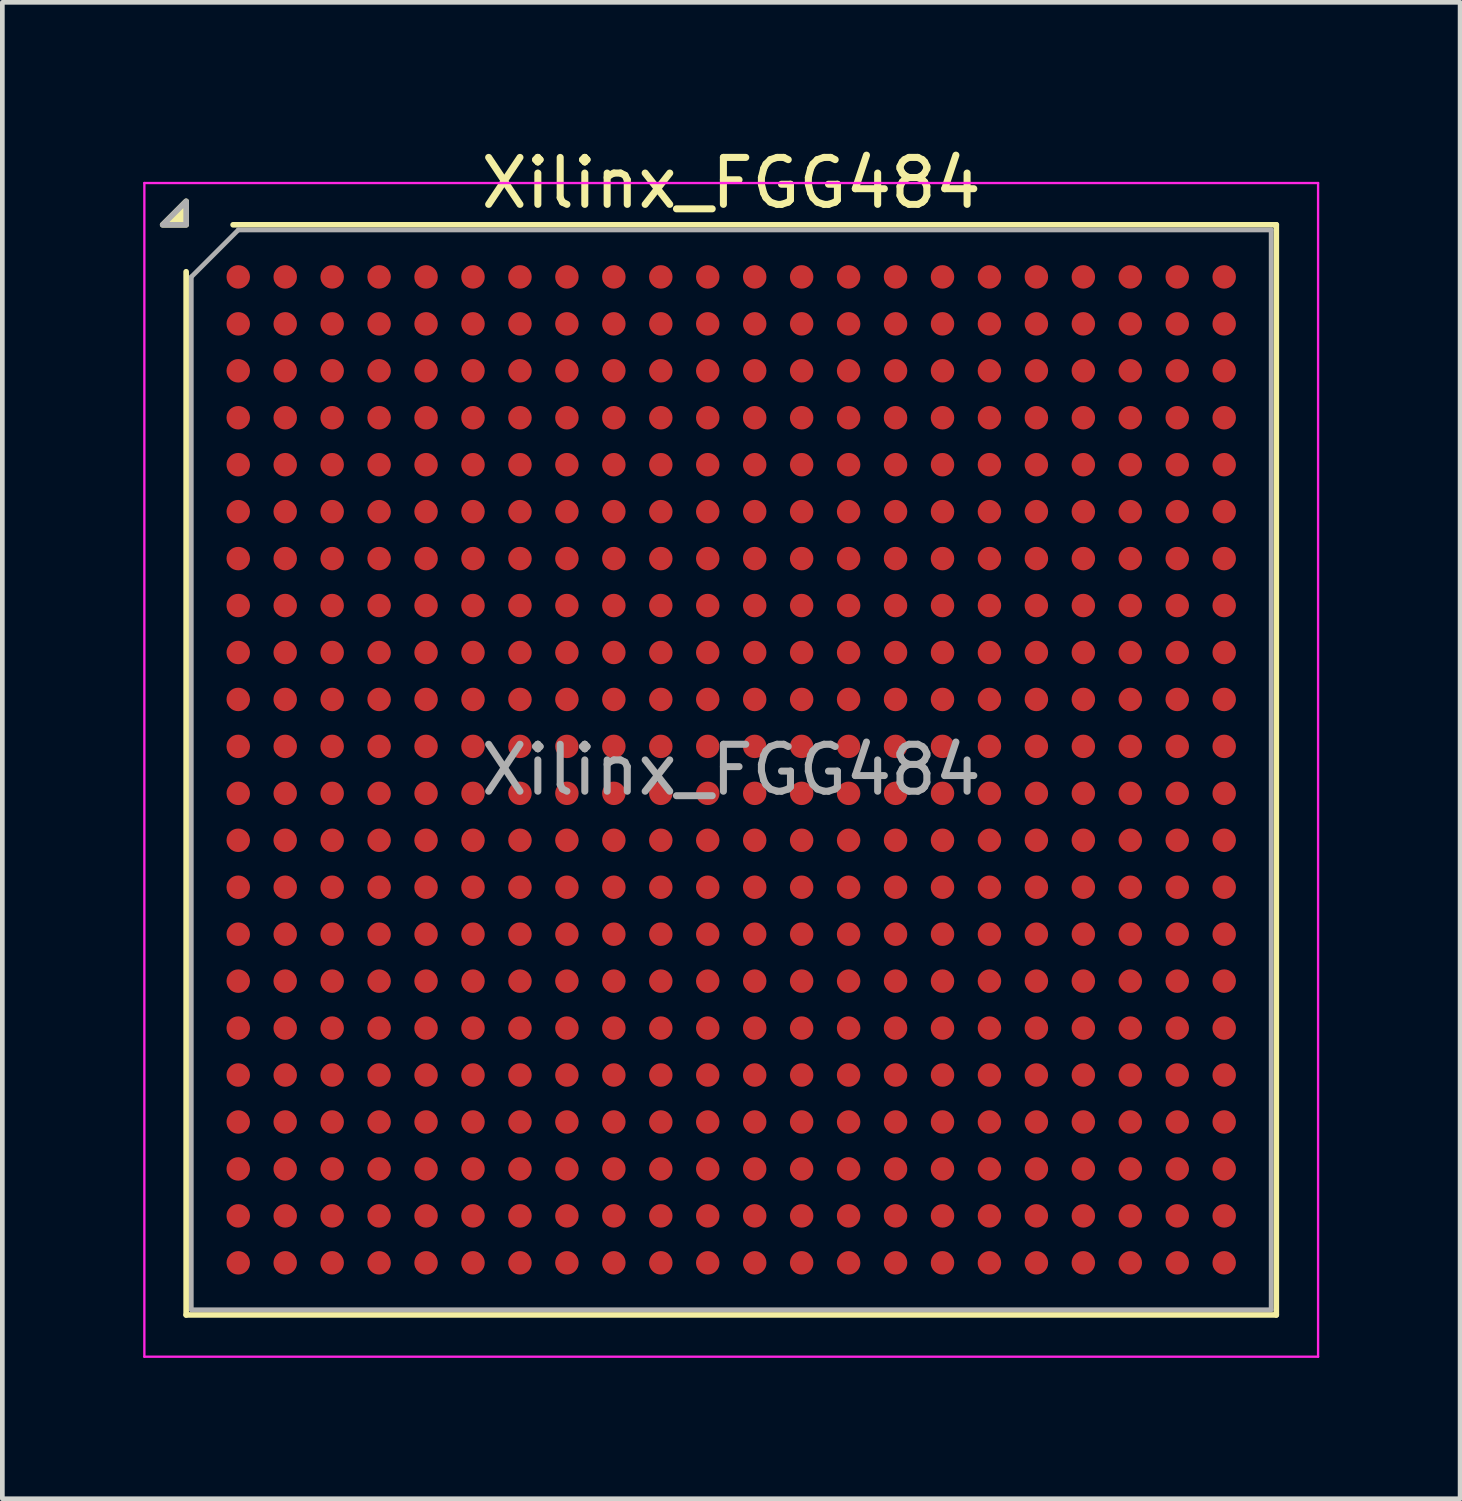
<source format=kicad_pcb>
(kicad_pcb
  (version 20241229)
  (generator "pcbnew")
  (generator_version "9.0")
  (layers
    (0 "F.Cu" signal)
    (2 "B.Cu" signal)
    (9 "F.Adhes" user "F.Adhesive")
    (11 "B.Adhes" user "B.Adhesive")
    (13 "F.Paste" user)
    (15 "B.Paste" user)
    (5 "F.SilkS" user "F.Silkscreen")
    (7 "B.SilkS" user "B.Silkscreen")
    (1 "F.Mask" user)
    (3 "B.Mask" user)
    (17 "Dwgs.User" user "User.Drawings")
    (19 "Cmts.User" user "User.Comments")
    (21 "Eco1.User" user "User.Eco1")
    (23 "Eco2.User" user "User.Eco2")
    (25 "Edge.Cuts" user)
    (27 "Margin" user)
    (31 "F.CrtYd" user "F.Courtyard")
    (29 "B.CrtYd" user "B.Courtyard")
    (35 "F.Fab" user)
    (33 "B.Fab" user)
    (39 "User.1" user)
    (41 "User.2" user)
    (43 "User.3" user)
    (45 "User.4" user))
  (footprint "Xilinx_FGG484"
    (layer "F.Cu")
    (at 12.525 13.348)
    (property "Reference" "Xilinx_FGG484" (at 0 -12.5 0) (layer "F.SilkS") (effects (font (size 1 1) (thickness 0.15))))
    (attr smd)
    (fp_line (start -11.61 11.61) (end -11.61 -10.61) (stroke (width 0.12) (type solid)) (layer "F.SilkS"))
    (fp_line (start -10.61 -11.61) (end 11.61 -11.61) (stroke (width 0.12) (type solid)) (layer "F.SilkS"))
    (fp_line (start 11.61 -11.61) (end 11.61 11.61) (stroke (width 0.12) (type solid)) (layer "F.SilkS"))
    (fp_line (start 11.61 11.61) (end -11.61 11.61) (stroke (width 0.12) (type solid)) (layer "F.SilkS"))
    (fp_poly (pts (xy -11.61 -11.61) (xy -12.11 -11.61) (xy -11.61 -12.11) (xy -11.61 -11.61)) (stroke (width 0.12) (type solid)) (fill yes) (layer "F.SilkS"))
    (fp_line (start -12.5 -12.5) (end -12.5 12.5) (stroke (width 0.05) (type solid)) (layer "F.CrtYd"))
    (fp_line (start -12.5 12.5) (end 12.5 12.5) (stroke (width 0.05) (type solid)) (layer "F.CrtYd"))
    (fp_line (start 12.5 -12.5) (end -12.5 -12.5) (stroke (width 0.05) (type solid)) (layer "F.CrtYd"))
    (fp_line (start 12.5 12.5) (end 12.5 -12.5) (stroke (width 0.05) (type solid)) (layer "F.CrtYd"))
    (fp_line (start -11.5 -10.5) (end -10.5 -11.5) (stroke (width 0.1) (type solid)) (layer "F.Fab"))
    (fp_line (start -11.5 11.5) (end -11.5 -10.5) (stroke (width 0.1) (type solid)) (layer "F.Fab"))
    (fp_line (start -10.5 -11.5) (end 11.5 -11.5) (stroke (width 0.1) (type solid)) (layer "F.Fab"))
    (fp_line (start 11.5 -11.5) (end 11.5 11.5) (stroke (width 0.1) (type solid)) (layer "F.Fab"))
    (fp_line (start 11.5 11.5) (end -11.5 11.5) (stroke (width 0.1) (type solid)) (layer "F.Fab"))
    (fp_poly (pts (xy -11.61 -11.61) (xy -12.11 -11.61) (xy -11.61 -12.11) (xy -11.61 -11.61)) (stroke (width 0.12) (type solid)) (fill no) (layer "F.Fab"))
    (fp_text user "${REFERENCE}" (at 0 0 0) (layer "F.Fab") (effects (font (size 1 1) (thickness 0.15))))
    (pad "A1" smd circle (at -10.5 -10.5) (size 0.5 0.5) (property pad_prop_bga) (layers "F.Cu" "F.Mask" "F.Paste"))
    (pad "A2" smd circle (at -9.5 -10.5) (size 0.5 0.5) (property pad_prop_bga) (layers "F.Cu" "F.Mask" "F.Paste"))
    (pad "A3" smd circle (at -8.5 -10.5) (size 0.5 0.5) (property pad_prop_bga) (layers "F.Cu" "F.Mask" "F.Paste"))
    (pad "A4" smd circle (at -7.5 -10.5) (size 0.5 0.5) (property pad_prop_bga) (layers "F.Cu" "F.Mask" "F.Paste"))
    (pad "A5" smd circle (at -6.5 -10.5) (size 0.5 0.5) (property pad_prop_bga) (layers "F.Cu" "F.Mask" "F.Paste"))
    (pad "A6" smd circle (at -5.5 -10.5) (size 0.5 0.5) (property pad_prop_bga) (layers "F.Cu" "F.Mask" "F.Paste"))
    (pad "A7" smd circle (at -4.5 -10.5) (size 0.5 0.5) (property pad_prop_bga) (layers "F.Cu" "F.Mask" "F.Paste"))
    (pad "A8" smd circle (at -3.5 -10.5) (size 0.5 0.5) (property pad_prop_bga) (layers "F.Cu" "F.Mask" "F.Paste"))
    (pad "A9" smd circle (at -2.5 -10.5) (size 0.5 0.5) (property pad_prop_bga) (layers "F.Cu" "F.Mask" "F.Paste"))
    (pad "A10" smd circle (at -1.5 -10.5) (size 0.5 0.5) (property pad_prop_bga) (layers "F.Cu" "F.Mask" "F.Paste"))
    (pad "A11" smd circle (at -0.5 -10.5) (size 0.5 0.5) (property pad_prop_bga) (layers "F.Cu" "F.Mask" "F.Paste"))
    (pad "A12" smd circle (at 0.5 -10.5) (size 0.5 0.5) (property pad_prop_bga) (layers "F.Cu" "F.Mask" "F.Paste"))
    (pad "A13" smd circle (at 1.5 -10.5) (size 0.5 0.5) (property pad_prop_bga) (layers "F.Cu" "F.Mask" "F.Paste"))
    (pad "A14" smd circle (at 2.5 -10.5) (size 0.5 0.5) (property pad_prop_bga) (layers "F.Cu" "F.Mask" "F.Paste"))
    (pad "A15" smd circle (at 3.5 -10.5) (size 0.5 0.5) (property pad_prop_bga) (layers "F.Cu" "F.Mask" "F.Paste"))
    (pad "A16" smd circle (at 4.5 -10.5) (size 0.5 0.5) (property pad_prop_bga) (layers "F.Cu" "F.Mask" "F.Paste"))
    (pad "A17" smd circle (at 5.5 -10.5) (size 0.5 0.5) (property pad_prop_bga) (layers "F.Cu" "F.Mask" "F.Paste"))
    (pad "A18" smd circle (at 6.5 -10.5) (size 0.5 0.5) (property pad_prop_bga) (layers "F.Cu" "F.Mask" "F.Paste"))
    (pad "A19" smd circle (at 7.5 -10.5) (size 0.5 0.5) (property pad_prop_bga) (layers "F.Cu" "F.Mask" "F.Paste"))
    (pad "A20" smd circle (at 8.5 -10.5) (size 0.5 0.5) (property pad_prop_bga) (layers "F.Cu" "F.Mask" "F.Paste"))
    (pad "A21" smd circle (at 9.5 -10.5) (size 0.5 0.5) (property pad_prop_bga) (layers "F.Cu" "F.Mask" "F.Paste"))
    (pad "A22" smd circle (at 10.5 -10.5) (size 0.5 0.5) (property pad_prop_bga) (layers "F.Cu" "F.Mask" "F.Paste"))
    (pad "AA1" smd circle (at -10.5 9.5) (size 0.5 0.5) (property pad_prop_bga) (layers "F.Cu" "F.Mask" "F.Paste"))
    (pad "AA2" smd circle (at -9.5 9.5) (size 0.5 0.5) (property pad_prop_bga) (layers "F.Cu" "F.Mask" "F.Paste"))
    (pad "AA3" smd circle (at -8.5 9.5) (size 0.5 0.5) (property pad_prop_bga) (layers "F.Cu" "F.Mask" "F.Paste"))
    (pad "AA4" smd circle (at -7.5 9.5) (size 0.5 0.5) (property pad_prop_bga) (layers "F.Cu" "F.Mask" "F.Paste"))
    (pad "AA5" smd circle (at -6.5 9.5) (size 0.5 0.5) (property pad_prop_bga) (layers "F.Cu" "F.Mask" "F.Paste"))
    (pad "AA6" smd circle (at -5.5 9.5) (size 0.5 0.5) (property pad_prop_bga) (layers "F.Cu" "F.Mask" "F.Paste"))
    (pad "AA7" smd circle (at -4.5 9.5) (size 0.5 0.5) (property pad_prop_bga) (layers "F.Cu" "F.Mask" "F.Paste"))
    (pad "AA8" smd circle (at -3.5 9.5) (size 0.5 0.5) (property pad_prop_bga) (layers "F.Cu" "F.Mask" "F.Paste"))
    (pad "AA9" smd circle (at -2.5 9.5) (size 0.5 0.5) (property pad_prop_bga) (layers "F.Cu" "F.Mask" "F.Paste"))
    (pad "AA10" smd circle (at -1.5 9.5) (size 0.5 0.5) (property pad_prop_bga) (layers "F.Cu" "F.Mask" "F.Paste"))
    (pad "AA11" smd circle (at -0.5 9.5) (size 0.5 0.5) (property pad_prop_bga) (layers "F.Cu" "F.Mask" "F.Paste"))
    (pad "AA12" smd circle (at 0.5 9.5) (size 0.5 0.5) (property pad_prop_bga) (layers "F.Cu" "F.Mask" "F.Paste"))
    (pad "AA13" smd circle (at 1.5 9.5) (size 0.5 0.5) (property pad_prop_bga) (layers "F.Cu" "F.Mask" "F.Paste"))
    (pad "AA14" smd circle (at 2.5 9.5) (size 0.5 0.5) (property pad_prop_bga) (layers "F.Cu" "F.Mask" "F.Paste"))
    (pad "AA15" smd circle (at 3.5 9.5) (size 0.5 0.5) (property pad_prop_bga) (layers "F.Cu" "F.Mask" "F.Paste"))
    (pad "AA16" smd circle (at 4.5 9.5) (size 0.5 0.5) (property pad_prop_bga) (layers "F.Cu" "F.Mask" "F.Paste"))
    (pad "AA17" smd circle (at 5.5 9.5) (size 0.5 0.5) (property pad_prop_bga) (layers "F.Cu" "F.Mask" "F.Paste"))
    (pad "AA18" smd circle (at 6.5 9.5) (size 0.5 0.5) (property pad_prop_bga) (layers "F.Cu" "F.Mask" "F.Paste"))
    (pad "AA19" smd circle (at 7.5 9.5) (size 0.5 0.5) (property pad_prop_bga) (layers "F.Cu" "F.Mask" "F.Paste"))
    (pad "AA20" smd circle (at 8.5 9.5) (size 0.5 0.5) (property pad_prop_bga) (layers "F.Cu" "F.Mask" "F.Paste"))
    (pad "AA21" smd circle (at 9.5 9.5) (size 0.5 0.5) (property pad_prop_bga) (layers "F.Cu" "F.Mask" "F.Paste"))
    (pad "AA22" smd circle (at 10.5 9.5) (size 0.5 0.5) (property pad_prop_bga) (layers "F.Cu" "F.Mask" "F.Paste"))
    (pad "AB1" smd circle (at -10.5 10.5) (size 0.5 0.5) (property pad_prop_bga) (layers "F.Cu" "F.Mask" "F.Paste"))
    (pad "AB2" smd circle (at -9.5 10.5) (size 0.5 0.5) (property pad_prop_bga) (layers "F.Cu" "F.Mask" "F.Paste"))
    (pad "AB3" smd circle (at -8.5 10.5) (size 0.5 0.5) (property pad_prop_bga) (layers "F.Cu" "F.Mask" "F.Paste"))
    (pad "AB4" smd circle (at -7.5 10.5) (size 0.5 0.5) (property pad_prop_bga) (layers "F.Cu" "F.Mask" "F.Paste"))
    (pad "AB5" smd circle (at -6.5 10.5) (size 0.5 0.5) (property pad_prop_bga) (layers "F.Cu" "F.Mask" "F.Paste"))
    (pad "AB6" smd circle (at -5.5 10.5) (size 0.5 0.5) (property pad_prop_bga) (layers "F.Cu" "F.Mask" "F.Paste"))
    (pad "AB7" smd circle (at -4.5 10.5) (size 0.5 0.5) (property pad_prop_bga) (layers "F.Cu" "F.Mask" "F.Paste"))
    (pad "AB8" smd circle (at -3.5 10.5) (size 0.5 0.5) (property pad_prop_bga) (layers "F.Cu" "F.Mask" "F.Paste"))
    (pad "AB9" smd circle (at -2.5 10.5) (size 0.5 0.5) (property pad_prop_bga) (layers "F.Cu" "F.Mask" "F.Paste"))
    (pad "AB10" smd circle (at -1.5 10.5) (size 0.5 0.5) (property pad_prop_bga) (layers "F.Cu" "F.Mask" "F.Paste"))
    (pad "AB11" smd circle (at -0.5 10.5) (size 0.5 0.5) (property pad_prop_bga) (layers "F.Cu" "F.Mask" "F.Paste"))
    (pad "AB12" smd circle (at 0.5 10.5) (size 0.5 0.5) (property pad_prop_bga) (layers "F.Cu" "F.Mask" "F.Paste"))
    (pad "AB13" smd circle (at 1.5 10.5) (size 0.5 0.5) (property pad_prop_bga) (layers "F.Cu" "F.Mask" "F.Paste"))
    (pad "AB14" smd circle (at 2.5 10.5) (size 0.5 0.5) (property pad_prop_bga) (layers "F.Cu" "F.Mask" "F.Paste"))
    (pad "AB15" smd circle (at 3.5 10.5) (size 0.5 0.5) (property pad_prop_bga) (layers "F.Cu" "F.Mask" "F.Paste"))
    (pad "AB16" smd circle (at 4.5 10.5) (size 0.5 0.5) (property pad_prop_bga) (layers "F.Cu" "F.Mask" "F.Paste"))
    (pad "AB17" smd circle (at 5.5 10.5) (size 0.5 0.5) (property pad_prop_bga) (layers "F.Cu" "F.Mask" "F.Paste"))
    (pad "AB18" smd circle (at 6.5 10.5) (size 0.5 0.5) (property pad_prop_bga) (layers "F.Cu" "F.Mask" "F.Paste"))
    (pad "AB19" smd circle (at 7.5 10.5) (size 0.5 0.5) (property pad_prop_bga) (layers "F.Cu" "F.Mask" "F.Paste"))
    (pad "AB20" smd circle (at 8.5 10.5) (size 0.5 0.5) (property pad_prop_bga) (layers "F.Cu" "F.Mask" "F.Paste"))
    (pad "AB21" smd circle (at 9.5 10.5) (size 0.5 0.5) (property pad_prop_bga) (layers "F.Cu" "F.Mask" "F.Paste"))
    (pad "AB22" smd circle (at 10.5 10.5) (size 0.5 0.5) (property pad_prop_bga) (layers "F.Cu" "F.Mask" "F.Paste"))
    (pad "B1" smd circle (at -10.5 -9.5) (size 0.5 0.5) (property pad_prop_bga) (layers "F.Cu" "F.Mask" "F.Paste"))
    (pad "B2" smd circle (at -9.5 -9.5) (size 0.5 0.5) (property pad_prop_bga) (layers "F.Cu" "F.Mask" "F.Paste"))
    (pad "B3" smd circle (at -8.5 -9.5) (size 0.5 0.5) (property pad_prop_bga) (layers "F.Cu" "F.Mask" "F.Paste"))
    (pad "B4" smd circle (at -7.5 -9.5) (size 0.5 0.5) (property pad_prop_bga) (layers "F.Cu" "F.Mask" "F.Paste"))
    (pad "B5" smd circle (at -6.5 -9.5) (size 0.5 0.5) (property pad_prop_bga) (layers "F.Cu" "F.Mask" "F.Paste"))
    (pad "B6" smd circle (at -5.5 -9.5) (size 0.5 0.5) (property pad_prop_bga) (layers "F.Cu" "F.Mask" "F.Paste"))
    (pad "B7" smd circle (at -4.5 -9.5) (size 0.5 0.5) (property pad_prop_bga) (layers "F.Cu" "F.Mask" "F.Paste"))
    (pad "B8" smd circle (at -3.5 -9.5) (size 0.5 0.5) (property pad_prop_bga) (layers "F.Cu" "F.Mask" "F.Paste"))
    (pad "B9" smd circle (at -2.5 -9.5) (size 0.5 0.5) (property pad_prop_bga) (layers "F.Cu" "F.Mask" "F.Paste"))
    (pad "B10" smd circle (at -1.5 -9.5) (size 0.5 0.5) (property pad_prop_bga) (layers "F.Cu" "F.Mask" "F.Paste"))
    (pad "B11" smd circle (at -0.5 -9.5) (size 0.5 0.5) (property pad_prop_bga) (layers "F.Cu" "F.Mask" "F.Paste"))
    (pad "B12" smd circle (at 0.5 -9.5) (size 0.5 0.5) (property pad_prop_bga) (layers "F.Cu" "F.Mask" "F.Paste"))
    (pad "B13" smd circle (at 1.5 -9.5) (size 0.5 0.5) (property pad_prop_bga) (layers "F.Cu" "F.Mask" "F.Paste"))
    (pad "B14" smd circle (at 2.5 -9.5) (size 0.5 0.5) (property pad_prop_bga) (layers "F.Cu" "F.Mask" "F.Paste"))
    (pad "B15" smd circle (at 3.5 -9.5) (size 0.5 0.5) (property pad_prop_bga) (layers "F.Cu" "F.Mask" "F.Paste"))
    (pad "B16" smd circle (at 4.5 -9.5) (size 0.5 0.5) (property pad_prop_bga) (layers "F.Cu" "F.Mask" "F.Paste"))
    (pad "B17" smd circle (at 5.5 -9.5) (size 0.5 0.5) (property pad_prop_bga) (layers "F.Cu" "F.Mask" "F.Paste"))
    (pad "B18" smd circle (at 6.5 -9.5) (size 0.5 0.5) (property pad_prop_bga) (layers "F.Cu" "F.Mask" "F.Paste"))
    (pad "B19" smd circle (at 7.5 -9.5) (size 0.5 0.5) (property pad_prop_bga) (layers "F.Cu" "F.Mask" "F.Paste"))
    (pad "B20" smd circle (at 8.5 -9.5) (size 0.5 0.5) (property pad_prop_bga) (layers "F.Cu" "F.Mask" "F.Paste"))
    (pad "B21" smd circle (at 9.5 -9.5) (size 0.5 0.5) (property pad_prop_bga) (layers "F.Cu" "F.Mask" "F.Paste"))
    (pad "B22" smd circle (at 10.5 -9.5) (size 0.5 0.5) (property pad_prop_bga) (layers "F.Cu" "F.Mask" "F.Paste"))
    (pad "C1" smd circle (at -10.5 -8.5) (size 0.5 0.5) (property pad_prop_bga) (layers "F.Cu" "F.Mask" "F.Paste"))
    (pad "C2" smd circle (at -9.5 -8.5) (size 0.5 0.5) (property pad_prop_bga) (layers "F.Cu" "F.Mask" "F.Paste"))
    (pad "C3" smd circle (at -8.5 -8.5) (size 0.5 0.5) (property pad_prop_bga) (layers "F.Cu" "F.Mask" "F.Paste"))
    (pad "C4" smd circle (at -7.5 -8.5) (size 0.5 0.5) (property pad_prop_bga) (layers "F.Cu" "F.Mask" "F.Paste"))
    (pad "C5" smd circle (at -6.5 -8.5) (size 0.5 0.5) (property pad_prop_bga) (layers "F.Cu" "F.Mask" "F.Paste"))
    (pad "C6" smd circle (at -5.5 -8.5) (size 0.5 0.5) (property pad_prop_bga) (layers "F.Cu" "F.Mask" "F.Paste"))
    (pad "C7" smd circle (at -4.5 -8.5) (size 0.5 0.5) (property pad_prop_bga) (layers "F.Cu" "F.Mask" "F.Paste"))
    (pad "C8" smd circle (at -3.5 -8.5) (size 0.5 0.5) (property pad_prop_bga) (layers "F.Cu" "F.Mask" "F.Paste"))
    (pad "C9" smd circle (at -2.5 -8.5) (size 0.5 0.5) (property pad_prop_bga) (layers "F.Cu" "F.Mask" "F.Paste"))
    (pad "C10" smd circle (at -1.5 -8.5) (size 0.5 0.5) (property pad_prop_bga) (layers "F.Cu" "F.Mask" "F.Paste"))
    (pad "C11" smd circle (at -0.5 -8.5) (size 0.5 0.5) (property pad_prop_bga) (layers "F.Cu" "F.Mask" "F.Paste"))
    (pad "C12" smd circle (at 0.5 -8.5) (size 0.5 0.5) (property pad_prop_bga) (layers "F.Cu" "F.Mask" "F.Paste"))
    (pad "C13" smd circle (at 1.5 -8.5) (size 0.5 0.5) (property pad_prop_bga) (layers "F.Cu" "F.Mask" "F.Paste"))
    (pad "C14" smd circle (at 2.5 -8.5) (size 0.5 0.5) (property pad_prop_bga) (layers "F.Cu" "F.Mask" "F.Paste"))
    (pad "C15" smd circle (at 3.5 -8.5) (size 0.5 0.5) (property pad_prop_bga) (layers "F.Cu" "F.Mask" "F.Paste"))
    (pad "C16" smd circle (at 4.5 -8.5) (size 0.5 0.5) (property pad_prop_bga) (layers "F.Cu" "F.Mask" "F.Paste"))
    (pad "C17" smd circle (at 5.5 -8.5) (size 0.5 0.5) (property pad_prop_bga) (layers "F.Cu" "F.Mask" "F.Paste"))
    (pad "C18" smd circle (at 6.5 -8.5) (size 0.5 0.5) (property pad_prop_bga) (layers "F.Cu" "F.Mask" "F.Paste"))
    (pad "C19" smd circle (at 7.5 -8.5) (size 0.5 0.5) (property pad_prop_bga) (layers "F.Cu" "F.Mask" "F.Paste"))
    (pad "C20" smd circle (at 8.5 -8.5) (size 0.5 0.5) (property pad_prop_bga) (layers "F.Cu" "F.Mask" "F.Paste"))
    (pad "C21" smd circle (at 9.5 -8.5) (size 0.5 0.5) (property pad_prop_bga) (layers "F.Cu" "F.Mask" "F.Paste"))
    (pad "C22" smd circle (at 10.5 -8.5) (size 0.5 0.5) (property pad_prop_bga) (layers "F.Cu" "F.Mask" "F.Paste"))
    (pad "D1" smd circle (at -10.5 -7.5) (size 0.5 0.5) (property pad_prop_bga) (layers "F.Cu" "F.Mask" "F.Paste"))
    (pad "D2" smd circle (at -9.5 -7.5) (size 0.5 0.5) (property pad_prop_bga) (layers "F.Cu" "F.Mask" "F.Paste"))
    (pad "D3" smd circle (at -8.5 -7.5) (size 0.5 0.5) (property pad_prop_bga) (layers "F.Cu" "F.Mask" "F.Paste"))
    (pad "D4" smd circle (at -7.5 -7.5) (size 0.5 0.5) (property pad_prop_bga) (layers "F.Cu" "F.Mask" "F.Paste"))
    (pad "D5" smd circle (at -6.5 -7.5) (size 0.5 0.5) (property pad_prop_bga) (layers "F.Cu" "F.Mask" "F.Paste"))
    (pad "D6" smd circle (at -5.5 -7.5) (size 0.5 0.5) (property pad_prop_bga) (layers "F.Cu" "F.Mask" "F.Paste"))
    (pad "D7" smd circle (at -4.5 -7.5) (size 0.5 0.5) (property pad_prop_bga) (layers "F.Cu" "F.Mask" "F.Paste"))
    (pad "D8" smd circle (at -3.5 -7.5) (size 0.5 0.5) (property pad_prop_bga) (layers "F.Cu" "F.Mask" "F.Paste"))
    (pad "D9" smd circle (at -2.5 -7.5) (size 0.5 0.5) (property pad_prop_bga) (layers "F.Cu" "F.Mask" "F.Paste"))
    (pad "D10" smd circle (at -1.5 -7.5) (size 0.5 0.5) (property pad_prop_bga) (layers "F.Cu" "F.Mask" "F.Paste"))
    (pad "D11" smd circle (at -0.5 -7.5) (size 0.5 0.5) (property pad_prop_bga) (layers "F.Cu" "F.Mask" "F.Paste"))
    (pad "D12" smd circle (at 0.5 -7.5) (size 0.5 0.5) (property pad_prop_bga) (layers "F.Cu" "F.Mask" "F.Paste"))
    (pad "D13" smd circle (at 1.5 -7.5) (size 0.5 0.5) (property pad_prop_bga) (layers "F.Cu" "F.Mask" "F.Paste"))
    (pad "D14" smd circle (at 2.5 -7.5) (size 0.5 0.5) (property pad_prop_bga) (layers "F.Cu" "F.Mask" "F.Paste"))
    (pad "D15" smd circle (at 3.5 -7.5) (size 0.5 0.5) (property pad_prop_bga) (layers "F.Cu" "F.Mask" "F.Paste"))
    (pad "D16" smd circle (at 4.5 -7.5) (size 0.5 0.5) (property pad_prop_bga) (layers "F.Cu" "F.Mask" "F.Paste"))
    (pad "D17" smd circle (at 5.5 -7.5) (size 0.5 0.5) (property pad_prop_bga) (layers "F.Cu" "F.Mask" "F.Paste"))
    (pad "D18" smd circle (at 6.5 -7.5) (size 0.5 0.5) (property pad_prop_bga) (layers "F.Cu" "F.Mask" "F.Paste"))
    (pad "D19" smd circle (at 7.5 -7.5) (size 0.5 0.5) (property pad_prop_bga) (layers "F.Cu" "F.Mask" "F.Paste"))
    (pad "D20" smd circle (at 8.5 -7.5) (size 0.5 0.5) (property pad_prop_bga) (layers "F.Cu" "F.Mask" "F.Paste"))
    (pad "D21" smd circle (at 9.5 -7.5) (size 0.5 0.5) (property pad_prop_bga) (layers "F.Cu" "F.Mask" "F.Paste"))
    (pad "D22" smd circle (at 10.5 -7.5) (size 0.5 0.5) (property pad_prop_bga) (layers "F.Cu" "F.Mask" "F.Paste"))
    (pad "E1" smd circle (at -10.5 -6.5) (size 0.5 0.5) (property pad_prop_bga) (layers "F.Cu" "F.Mask" "F.Paste"))
    (pad "E2" smd circle (at -9.5 -6.5) (size 0.5 0.5) (property pad_prop_bga) (layers "F.Cu" "F.Mask" "F.Paste"))
    (pad "E3" smd circle (at -8.5 -6.5) (size 0.5 0.5) (property pad_prop_bga) (layers "F.Cu" "F.Mask" "F.Paste"))
    (pad "E4" smd circle (at -7.5 -6.5) (size 0.5 0.5) (property pad_prop_bga) (layers "F.Cu" "F.Mask" "F.Paste"))
    (pad "E5" smd circle (at -6.5 -6.5) (size 0.5 0.5) (property pad_prop_bga) (layers "F.Cu" "F.Mask" "F.Paste"))
    (pad "E6" smd circle (at -5.5 -6.5) (size 0.5 0.5) (property pad_prop_bga) (layers "F.Cu" "F.Mask" "F.Paste"))
    (pad "E7" smd circle (at -4.5 -6.5) (size 0.5 0.5) (property pad_prop_bga) (layers "F.Cu" "F.Mask" "F.Paste"))
    (pad "E8" smd circle (at -3.5 -6.5) (size 0.5 0.5) (property pad_prop_bga) (layers "F.Cu" "F.Mask" "F.Paste"))
    (pad "E9" smd circle (at -2.5 -6.5) (size 0.5 0.5) (property pad_prop_bga) (layers "F.Cu" "F.Mask" "F.Paste"))
    (pad "E10" smd circle (at -1.5 -6.5) (size 0.5 0.5) (property pad_prop_bga) (layers "F.Cu" "F.Mask" "F.Paste"))
    (pad "E11" smd circle (at -0.5 -6.5) (size 0.5 0.5) (property pad_prop_bga) (layers "F.Cu" "F.Mask" "F.Paste"))
    (pad "E12" smd circle (at 0.5 -6.5) (size 0.5 0.5) (property pad_prop_bga) (layers "F.Cu" "F.Mask" "F.Paste"))
    (pad "E13" smd circle (at 1.5 -6.5) (size 0.5 0.5) (property pad_prop_bga) (layers "F.Cu" "F.Mask" "F.Paste"))
    (pad "E14" smd circle (at 2.5 -6.5) (size 0.5 0.5) (property pad_prop_bga) (layers "F.Cu" "F.Mask" "F.Paste"))
    (pad "E15" smd circle (at 3.5 -6.5) (size 0.5 0.5) (property pad_prop_bga) (layers "F.Cu" "F.Mask" "F.Paste"))
    (pad "E16" smd circle (at 4.5 -6.5) (size 0.5 0.5) (property pad_prop_bga) (layers "F.Cu" "F.Mask" "F.Paste"))
    (pad "E17" smd circle (at 5.5 -6.5) (size 0.5 0.5) (property pad_prop_bga) (layers "F.Cu" "F.Mask" "F.Paste"))
    (pad "E18" smd circle (at 6.5 -6.5) (size 0.5 0.5) (property pad_prop_bga) (layers "F.Cu" "F.Mask" "F.Paste"))
    (pad "E19" smd circle (at 7.5 -6.5) (size 0.5 0.5) (property pad_prop_bga) (layers "F.Cu" "F.Mask" "F.Paste"))
    (pad "E20" smd circle (at 8.5 -6.5) (size 0.5 0.5) (property pad_prop_bga) (layers "F.Cu" "F.Mask" "F.Paste"))
    (pad "E21" smd circle (at 9.5 -6.5) (size 0.5 0.5) (property pad_prop_bga) (layers "F.Cu" "F.Mask" "F.Paste"))
    (pad "E22" smd circle (at 10.5 -6.5) (size 0.5 0.5) (property pad_prop_bga) (layers "F.Cu" "F.Mask" "F.Paste"))
    (pad "F1" smd circle (at -10.5 -5.5) (size 0.5 0.5) (property pad_prop_bga) (layers "F.Cu" "F.Mask" "F.Paste"))
    (pad "F2" smd circle (at -9.5 -5.5) (size 0.5 0.5) (property pad_prop_bga) (layers "F.Cu" "F.Mask" "F.Paste"))
    (pad "F3" smd circle (at -8.5 -5.5) (size 0.5 0.5) (property pad_prop_bga) (layers "F.Cu" "F.Mask" "F.Paste"))
    (pad "F4" smd circle (at -7.5 -5.5) (size 0.5 0.5) (property pad_prop_bga) (layers "F.Cu" "F.Mask" "F.Paste"))
    (pad "F5" smd circle (at -6.5 -5.5) (size 0.5 0.5) (property pad_prop_bga) (layers "F.Cu" "F.Mask" "F.Paste"))
    (pad "F6" smd circle (at -5.5 -5.5) (size 0.5 0.5) (property pad_prop_bga) (layers "F.Cu" "F.Mask" "F.Paste"))
    (pad "F7" smd circle (at -4.5 -5.5) (size 0.5 0.5) (property pad_prop_bga) (layers "F.Cu" "F.Mask" "F.Paste"))
    (pad "F8" smd circle (at -3.5 -5.5) (size 0.5 0.5) (property pad_prop_bga) (layers "F.Cu" "F.Mask" "F.Paste"))
    (pad "F9" smd circle (at -2.5 -5.5) (size 0.5 0.5) (property pad_prop_bga) (layers "F.Cu" "F.Mask" "F.Paste"))
    (pad "F10" smd circle (at -1.5 -5.5) (size 0.5 0.5) (property pad_prop_bga) (layers "F.Cu" "F.Mask" "F.Paste"))
    (pad "F11" smd circle (at -0.5 -5.5) (size 0.5 0.5) (property pad_prop_bga) (layers "F.Cu" "F.Mask" "F.Paste"))
    (pad "F12" smd circle (at 0.5 -5.5) (size 0.5 0.5) (property pad_prop_bga) (layers "F.Cu" "F.Mask" "F.Paste"))
    (pad "F13" smd circle (at 1.5 -5.5) (size 0.5 0.5) (property pad_prop_bga) (layers "F.Cu" "F.Mask" "F.Paste"))
    (pad "F14" smd circle (at 2.5 -5.5) (size 0.5 0.5) (property pad_prop_bga) (layers "F.Cu" "F.Mask" "F.Paste"))
    (pad "F15" smd circle (at 3.5 -5.5) (size 0.5 0.5) (property pad_prop_bga) (layers "F.Cu" "F.Mask" "F.Paste"))
    (pad "F16" smd circle (at 4.5 -5.5) (size 0.5 0.5) (property pad_prop_bga) (layers "F.Cu" "F.Mask" "F.Paste"))
    (pad "F17" smd circle (at 5.5 -5.5) (size 0.5 0.5) (property pad_prop_bga) (layers "F.Cu" "F.Mask" "F.Paste"))
    (pad "F18" smd circle (at 6.5 -5.5) (size 0.5 0.5) (property pad_prop_bga) (layers "F.Cu" "F.Mask" "F.Paste"))
    (pad "F19" smd circle (at 7.5 -5.5) (size 0.5 0.5) (property pad_prop_bga) (layers "F.Cu" "F.Mask" "F.Paste"))
    (pad "F20" smd circle (at 8.5 -5.5) (size 0.5 0.5) (property pad_prop_bga) (layers "F.Cu" "F.Mask" "F.Paste"))
    (pad "F21" smd circle (at 9.5 -5.5) (size 0.5 0.5) (property pad_prop_bga) (layers "F.Cu" "F.Mask" "F.Paste"))
    (pad "F22" smd circle (at 10.5 -5.5) (size 0.5 0.5) (property pad_prop_bga) (layers "F.Cu" "F.Mask" "F.Paste"))
    (pad "G1" smd circle (at -10.5 -4.5) (size 0.5 0.5) (property pad_prop_bga) (layers "F.Cu" "F.Mask" "F.Paste"))
    (pad "G2" smd circle (at -9.5 -4.5) (size 0.5 0.5) (property pad_prop_bga) (layers "F.Cu" "F.Mask" "F.Paste"))
    (pad "G3" smd circle (at -8.5 -4.5) (size 0.5 0.5) (property pad_prop_bga) (layers "F.Cu" "F.Mask" "F.Paste"))
    (pad "G4" smd circle (at -7.5 -4.5) (size 0.5 0.5) (property pad_prop_bga) (layers "F.Cu" "F.Mask" "F.Paste"))
    (pad "G5" smd circle (at -6.5 -4.5) (size 0.5 0.5) (property pad_prop_bga) (layers "F.Cu" "F.Mask" "F.Paste"))
    (pad "G6" smd circle (at -5.5 -4.5) (size 0.5 0.5) (property pad_prop_bga) (layers "F.Cu" "F.Mask" "F.Paste"))
    (pad "G7" smd circle (at -4.5 -4.5) (size 0.5 0.5) (property pad_prop_bga) (layers "F.Cu" "F.Mask" "F.Paste"))
    (pad "G8" smd circle (at -3.5 -4.5) (size 0.5 0.5) (property pad_prop_bga) (layers "F.Cu" "F.Mask" "F.Paste"))
    (pad "G9" smd circle (at -2.5 -4.5) (size 0.5 0.5) (property pad_prop_bga) (layers "F.Cu" "F.Mask" "F.Paste"))
    (pad "G10" smd circle (at -1.5 -4.5) (size 0.5 0.5) (property pad_prop_bga) (layers "F.Cu" "F.Mask" "F.Paste"))
    (pad "G11" smd circle (at -0.5 -4.5) (size 0.5 0.5) (property pad_prop_bga) (layers "F.Cu" "F.Mask" "F.Paste"))
    (pad "G12" smd circle (at 0.5 -4.5) (size 0.5 0.5) (property pad_prop_bga) (layers "F.Cu" "F.Mask" "F.Paste"))
    (pad "G13" smd circle (at 1.5 -4.5) (size 0.5 0.5) (property pad_prop_bga) (layers "F.Cu" "F.Mask" "F.Paste"))
    (pad "G14" smd circle (at 2.5 -4.5) (size 0.5 0.5) (property pad_prop_bga) (layers "F.Cu" "F.Mask" "F.Paste"))
    (pad "G15" smd circle (at 3.5 -4.5) (size 0.5 0.5) (property pad_prop_bga) (layers "F.Cu" "F.Mask" "F.Paste"))
    (pad "G16" smd circle (at 4.5 -4.5) (size 0.5 0.5) (property pad_prop_bga) (layers "F.Cu" "F.Mask" "F.Paste"))
    (pad "G17" smd circle (at 5.5 -4.5) (size 0.5 0.5) (property pad_prop_bga) (layers "F.Cu" "F.Mask" "F.Paste"))
    (pad "G18" smd circle (at 6.5 -4.5) (size 0.5 0.5) (property pad_prop_bga) (layers "F.Cu" "F.Mask" "F.Paste"))
    (pad "G19" smd circle (at 7.5 -4.5) (size 0.5 0.5) (property pad_prop_bga) (layers "F.Cu" "F.Mask" "F.Paste"))
    (pad "G20" smd circle (at 8.5 -4.5) (size 0.5 0.5) (property pad_prop_bga) (layers "F.Cu" "F.Mask" "F.Paste"))
    (pad "G21" smd circle (at 9.5 -4.5) (size 0.5 0.5) (property pad_prop_bga) (layers "F.Cu" "F.Mask" "F.Paste"))
    (pad "G22" smd circle (at 10.5 -4.5) (size 0.5 0.5) (property pad_prop_bga) (layers "F.Cu" "F.Mask" "F.Paste"))
    (pad "H1" smd circle (at -10.5 -3.5) (size 0.5 0.5) (property pad_prop_bga) (layers "F.Cu" "F.Mask" "F.Paste"))
    (pad "H2" smd circle (at -9.5 -3.5) (size 0.5 0.5) (property pad_prop_bga) (layers "F.Cu" "F.Mask" "F.Paste"))
    (pad "H3" smd circle (at -8.5 -3.5) (size 0.5 0.5) (property pad_prop_bga) (layers "F.Cu" "F.Mask" "F.Paste"))
    (pad "H4" smd circle (at -7.5 -3.5) (size 0.5 0.5) (property pad_prop_bga) (layers "F.Cu" "F.Mask" "F.Paste"))
    (pad "H5" smd circle (at -6.5 -3.5) (size 0.5 0.5) (property pad_prop_bga) (layers "F.Cu" "F.Mask" "F.Paste"))
    (pad "H6" smd circle (at -5.5 -3.5) (size 0.5 0.5) (property pad_prop_bga) (layers "F.Cu" "F.Mask" "F.Paste"))
    (pad "H7" smd circle (at -4.5 -3.5) (size 0.5 0.5) (property pad_prop_bga) (layers "F.Cu" "F.Mask" "F.Paste"))
    (pad "H8" smd circle (at -3.5 -3.5) (size 0.5 0.5) (property pad_prop_bga) (layers "F.Cu" "F.Mask" "F.Paste"))
    (pad "H9" smd circle (at -2.5 -3.5) (size 0.5 0.5) (property pad_prop_bga) (layers "F.Cu" "F.Mask" "F.Paste"))
    (pad "H10" smd circle (at -1.5 -3.5) (size 0.5 0.5) (property pad_prop_bga) (layers "F.Cu" "F.Mask" "F.Paste"))
    (pad "H11" smd circle (at -0.5 -3.5) (size 0.5 0.5) (property pad_prop_bga) (layers "F.Cu" "F.Mask" "F.Paste"))
    (pad "H12" smd circle (at 0.5 -3.5) (size 0.5 0.5) (property pad_prop_bga) (layers "F.Cu" "F.Mask" "F.Paste"))
    (pad "H13" smd circle (at 1.5 -3.5) (size 0.5 0.5) (property pad_prop_bga) (layers "F.Cu" "F.Mask" "F.Paste"))
    (pad "H14" smd circle (at 2.5 -3.5) (size 0.5 0.5) (property pad_prop_bga) (layers "F.Cu" "F.Mask" "F.Paste"))
    (pad "H15" smd circle (at 3.5 -3.5) (size 0.5 0.5) (property pad_prop_bga) (layers "F.Cu" "F.Mask" "F.Paste"))
    (pad "H16" smd circle (at 4.5 -3.5) (size 0.5 0.5) (property pad_prop_bga) (layers "F.Cu" "F.Mask" "F.Paste"))
    (pad "H17" smd circle (at 5.5 -3.5) (size 0.5 0.5) (property pad_prop_bga) (layers "F.Cu" "F.Mask" "F.Paste"))
    (pad "H18" smd circle (at 6.5 -3.5) (size 0.5 0.5) (property pad_prop_bga) (layers "F.Cu" "F.Mask" "F.Paste"))
    (pad "H19" smd circle (at 7.5 -3.5) (size 0.5 0.5) (property pad_prop_bga) (layers "F.Cu" "F.Mask" "F.Paste"))
    (pad "H20" smd circle (at 8.5 -3.5) (size 0.5 0.5) (property pad_prop_bga) (layers "F.Cu" "F.Mask" "F.Paste"))
    (pad "H21" smd circle (at 9.5 -3.5) (size 0.5 0.5) (property pad_prop_bga) (layers "F.Cu" "F.Mask" "F.Paste"))
    (pad "H22" smd circle (at 10.5 -3.5) (size 0.5 0.5) (property pad_prop_bga) (layers "F.Cu" "F.Mask" "F.Paste"))
    (pad "J1" smd circle (at -10.5 -2.5) (size 0.5 0.5) (property pad_prop_bga) (layers "F.Cu" "F.Mask" "F.Paste"))
    (pad "J2" smd circle (at -9.5 -2.5) (size 0.5 0.5) (property pad_prop_bga) (layers "F.Cu" "F.Mask" "F.Paste"))
    (pad "J3" smd circle (at -8.5 -2.5) (size 0.5 0.5) (property pad_prop_bga) (layers "F.Cu" "F.Mask" "F.Paste"))
    (pad "J4" smd circle (at -7.5 -2.5) (size 0.5 0.5) (property pad_prop_bga) (layers "F.Cu" "F.Mask" "F.Paste"))
    (pad "J5" smd circle (at -6.5 -2.5) (size 0.5 0.5) (property pad_prop_bga) (layers "F.Cu" "F.Mask" "F.Paste"))
    (pad "J6" smd circle (at -5.5 -2.5) (size 0.5 0.5) (property pad_prop_bga) (layers "F.Cu" "F.Mask" "F.Paste"))
    (pad "J7" smd circle (at -4.5 -2.5) (size 0.5 0.5) (property pad_prop_bga) (layers "F.Cu" "F.Mask" "F.Paste"))
    (pad "J8" smd circle (at -3.5 -2.5) (size 0.5 0.5) (property pad_prop_bga) (layers "F.Cu" "F.Mask" "F.Paste"))
    (pad "J9" smd circle (at -2.5 -2.5) (size 0.5 0.5) (property pad_prop_bga) (layers "F.Cu" "F.Mask" "F.Paste"))
    (pad "J10" smd circle (at -1.5 -2.5) (size 0.5 0.5) (property pad_prop_bga) (layers "F.Cu" "F.Mask" "F.Paste"))
    (pad "J11" smd circle (at -0.5 -2.5) (size 0.5 0.5) (property pad_prop_bga) (layers "F.Cu" "F.Mask" "F.Paste"))
    (pad "J12" smd circle (at 0.5 -2.5) (size 0.5 0.5) (property pad_prop_bga) (layers "F.Cu" "F.Mask" "F.Paste"))
    (pad "J13" smd circle (at 1.5 -2.5) (size 0.5 0.5) (property pad_prop_bga) (layers "F.Cu" "F.Mask" "F.Paste"))
    (pad "J14" smd circle (at 2.5 -2.5) (size 0.5 0.5) (property pad_prop_bga) (layers "F.Cu" "F.Mask" "F.Paste"))
    (pad "J15" smd circle (at 3.5 -2.5) (size 0.5 0.5) (property pad_prop_bga) (layers "F.Cu" "F.Mask" "F.Paste"))
    (pad "J16" smd circle (at 4.5 -2.5) (size 0.5 0.5) (property pad_prop_bga) (layers "F.Cu" "F.Mask" "F.Paste"))
    (pad "J17" smd circle (at 5.5 -2.5) (size 0.5 0.5) (property pad_prop_bga) (layers "F.Cu" "F.Mask" "F.Paste"))
    (pad "J18" smd circle (at 6.5 -2.5) (size 0.5 0.5) (property pad_prop_bga) (layers "F.Cu" "F.Mask" "F.Paste"))
    (pad "J19" smd circle (at 7.5 -2.5) (size 0.5 0.5) (property pad_prop_bga) (layers "F.Cu" "F.Mask" "F.Paste"))
    (pad "J20" smd circle (at 8.5 -2.5) (size 0.5 0.5) (property pad_prop_bga) (layers "F.Cu" "F.Mask" "F.Paste"))
    (pad "J21" smd circle (at 9.5 -2.5) (size 0.5 0.5) (property pad_prop_bga) (layers "F.Cu" "F.Mask" "F.Paste"))
    (pad "J22" smd circle (at 10.5 -2.5) (size 0.5 0.5) (property pad_prop_bga) (layers "F.Cu" "F.Mask" "F.Paste"))
    (pad "K1" smd circle (at -10.5 -1.5) (size 0.5 0.5) (property pad_prop_bga) (layers "F.Cu" "F.Mask" "F.Paste"))
    (pad "K2" smd circle (at -9.5 -1.5) (size 0.5 0.5) (property pad_prop_bga) (layers "F.Cu" "F.Mask" "F.Paste"))
    (pad "K3" smd circle (at -8.5 -1.5) (size 0.5 0.5) (property pad_prop_bga) (layers "F.Cu" "F.Mask" "F.Paste"))
    (pad "K4" smd circle (at -7.5 -1.5) (size 0.5 0.5) (property pad_prop_bga) (layers "F.Cu" "F.Mask" "F.Paste"))
    (pad "K5" smd circle (at -6.5 -1.5) (size 0.5 0.5) (property pad_prop_bga) (layers "F.Cu" "F.Mask" "F.Paste"))
    (pad "K6" smd circle (at -5.5 -1.5) (size 0.5 0.5) (property pad_prop_bga) (layers "F.Cu" "F.Mask" "F.Paste"))
    (pad "K7" smd circle (at -4.5 -1.5) (size 0.5 0.5) (property pad_prop_bga) (layers "F.Cu" "F.Mask" "F.Paste"))
    (pad "K8" smd circle (at -3.5 -1.5) (size 0.5 0.5) (property pad_prop_bga) (layers "F.Cu" "F.Mask" "F.Paste"))
    (pad "K9" smd circle (at -2.5 -1.5) (size 0.5 0.5) (property pad_prop_bga) (layers "F.Cu" "F.Mask" "F.Paste"))
    (pad "K10" smd circle (at -1.5 -1.5) (size 0.5 0.5) (property pad_prop_bga) (layers "F.Cu" "F.Mask" "F.Paste"))
    (pad "K11" smd circle (at -0.5 -1.5) (size 0.5 0.5) (property pad_prop_bga) (layers "F.Cu" "F.Mask" "F.Paste"))
    (pad "K12" smd circle (at 0.5 -1.5) (size 0.5 0.5) (property pad_prop_bga) (layers "F.Cu" "F.Mask" "F.Paste"))
    (pad "K13" smd circle (at 1.5 -1.5) (size 0.5 0.5) (property pad_prop_bga) (layers "F.Cu" "F.Mask" "F.Paste"))
    (pad "K14" smd circle (at 2.5 -1.5) (size 0.5 0.5) (property pad_prop_bga) (layers "F.Cu" "F.Mask" "F.Paste"))
    (pad "K15" smd circle (at 3.5 -1.5) (size 0.5 0.5) (property pad_prop_bga) (layers "F.Cu" "F.Mask" "F.Paste"))
    (pad "K16" smd circle (at 4.5 -1.5) (size 0.5 0.5) (property pad_prop_bga) (layers "F.Cu" "F.Mask" "F.Paste"))
    (pad "K17" smd circle (at 5.5 -1.5) (size 0.5 0.5) (property pad_prop_bga) (layers "F.Cu" "F.Mask" "F.Paste"))
    (pad "K18" smd circle (at 6.5 -1.5) (size 0.5 0.5) (property pad_prop_bga) (layers "F.Cu" "F.Mask" "F.Paste"))
    (pad "K19" smd circle (at 7.5 -1.5) (size 0.5 0.5) (property pad_prop_bga) (layers "F.Cu" "F.Mask" "F.Paste"))
    (pad "K20" smd circle (at 8.5 -1.5) (size 0.5 0.5) (property pad_prop_bga) (layers "F.Cu" "F.Mask" "F.Paste"))
    (pad "K21" smd circle (at 9.5 -1.5) (size 0.5 0.5) (property pad_prop_bga) (layers "F.Cu" "F.Mask" "F.Paste"))
    (pad "K22" smd circle (at 10.5 -1.5) (size 0.5 0.5) (property pad_prop_bga) (layers "F.Cu" "F.Mask" "F.Paste"))
    (pad "L1" smd circle (at -10.5 -0.5) (size 0.5 0.5) (property pad_prop_bga) (layers "F.Cu" "F.Mask" "F.Paste"))
    (pad "L2" smd circle (at -9.5 -0.5) (size 0.5 0.5) (property pad_prop_bga) (layers "F.Cu" "F.Mask" "F.Paste"))
    (pad "L3" smd circle (at -8.5 -0.5) (size 0.5 0.5) (property pad_prop_bga) (layers "F.Cu" "F.Mask" "F.Paste"))
    (pad "L4" smd circle (at -7.5 -0.5) (size 0.5 0.5) (property pad_prop_bga) (layers "F.Cu" "F.Mask" "F.Paste"))
    (pad "L5" smd circle (at -6.5 -0.5) (size 0.5 0.5) (property pad_prop_bga) (layers "F.Cu" "F.Mask" "F.Paste"))
    (pad "L6" smd circle (at -5.5 -0.5) (size 0.5 0.5) (property pad_prop_bga) (layers "F.Cu" "F.Mask" "F.Paste"))
    (pad "L7" smd circle (at -4.5 -0.5) (size 0.5 0.5) (property pad_prop_bga) (layers "F.Cu" "F.Mask" "F.Paste"))
    (pad "L8" smd circle (at -3.5 -0.5) (size 0.5 0.5) (property pad_prop_bga) (layers "F.Cu" "F.Mask" "F.Paste"))
    (pad "L9" smd circle (at -2.5 -0.5) (size 0.5 0.5) (property pad_prop_bga) (layers "F.Cu" "F.Mask" "F.Paste"))
    (pad "L10" smd circle (at -1.5 -0.5) (size 0.5 0.5) (property pad_prop_bga) (layers "F.Cu" "F.Mask" "F.Paste"))
    (pad "L11" smd circle (at -0.5 -0.5) (size 0.5 0.5) (property pad_prop_bga) (layers "F.Cu" "F.Mask" "F.Paste"))
    (pad "L12" smd circle (at 0.5 -0.5) (size 0.5 0.5) (property pad_prop_bga) (layers "F.Cu" "F.Mask" "F.Paste"))
    (pad "L13" smd circle (at 1.5 -0.5) (size 0.5 0.5) (property pad_prop_bga) (layers "F.Cu" "F.Mask" "F.Paste"))
    (pad "L14" smd circle (at 2.5 -0.5) (size 0.5 0.5) (property pad_prop_bga) (layers "F.Cu" "F.Mask" "F.Paste"))
    (pad "L15" smd circle (at 3.5 -0.5) (size 0.5 0.5) (property pad_prop_bga) (layers "F.Cu" "F.Mask" "F.Paste"))
    (pad "L16" smd circle (at 4.5 -0.5) (size 0.5 0.5) (property pad_prop_bga) (layers "F.Cu" "F.Mask" "F.Paste"))
    (pad "L17" smd circle (at 5.5 -0.5) (size 0.5 0.5) (property pad_prop_bga) (layers "F.Cu" "F.Mask" "F.Paste"))
    (pad "L18" smd circle (at 6.5 -0.5) (size 0.5 0.5) (property pad_prop_bga) (layers "F.Cu" "F.Mask" "F.Paste"))
    (pad "L19" smd circle (at 7.5 -0.5) (size 0.5 0.5) (property pad_prop_bga) (layers "F.Cu" "F.Mask" "F.Paste"))
    (pad "L20" smd circle (at 8.5 -0.5) (size 0.5 0.5) (property pad_prop_bga) (layers "F.Cu" "F.Mask" "F.Paste"))
    (pad "L21" smd circle (at 9.5 -0.5) (size 0.5 0.5) (property pad_prop_bga) (layers "F.Cu" "F.Mask" "F.Paste"))
    (pad "L22" smd circle (at 10.5 -0.5) (size 0.5 0.5) (property pad_prop_bga) (layers "F.Cu" "F.Mask" "F.Paste"))
    (pad "M1" smd circle (at -10.5 0.5) (size 0.5 0.5) (property pad_prop_bga) (layers "F.Cu" "F.Mask" "F.Paste"))
    (pad "M2" smd circle (at -9.5 0.5) (size 0.5 0.5) (property pad_prop_bga) (layers "F.Cu" "F.Mask" "F.Paste"))
    (pad "M3" smd circle (at -8.5 0.5) (size 0.5 0.5) (property pad_prop_bga) (layers "F.Cu" "F.Mask" "F.Paste"))
    (pad "M4" smd circle (at -7.5 0.5) (size 0.5 0.5) (property pad_prop_bga) (layers "F.Cu" "F.Mask" "F.Paste"))
    (pad "M5" smd circle (at -6.5 0.5) (size 0.5 0.5) (property pad_prop_bga) (layers "F.Cu" "F.Mask" "F.Paste"))
    (pad "M6" smd circle (at -5.5 0.5) (size 0.5 0.5) (property pad_prop_bga) (layers "F.Cu" "F.Mask" "F.Paste"))
    (pad "M7" smd circle (at -4.5 0.5) (size 0.5 0.5) (property pad_prop_bga) (layers "F.Cu" "F.Mask" "F.Paste"))
    (pad "M8" smd circle (at -3.5 0.5) (size 0.5 0.5) (property pad_prop_bga) (layers "F.Cu" "F.Mask" "F.Paste"))
    (pad "M9" smd circle (at -2.5 0.5) (size 0.5 0.5) (property pad_prop_bga) (layers "F.Cu" "F.Mask" "F.Paste"))
    (pad "M10" smd circle (at -1.5 0.5) (size 0.5 0.5) (property pad_prop_bga) (layers "F.Cu" "F.Mask" "F.Paste"))
    (pad "M11" smd circle (at -0.5 0.5) (size 0.5 0.5) (property pad_prop_bga) (layers "F.Cu" "F.Mask" "F.Paste"))
    (pad "M12" smd circle (at 0.5 0.5) (size 0.5 0.5) (property pad_prop_bga) (layers "F.Cu" "F.Mask" "F.Paste"))
    (pad "M13" smd circle (at 1.5 0.5) (size 0.5 0.5) (property pad_prop_bga) (layers "F.Cu" "F.Mask" "F.Paste"))
    (pad "M14" smd circle (at 2.5 0.5) (size 0.5 0.5) (property pad_prop_bga) (layers "F.Cu" "F.Mask" "F.Paste"))
    (pad "M15" smd circle (at 3.5 0.5) (size 0.5 0.5) (property pad_prop_bga) (layers "F.Cu" "F.Mask" "F.Paste"))
    (pad "M16" smd circle (at 4.5 0.5) (size 0.5 0.5) (property pad_prop_bga) (layers "F.Cu" "F.Mask" "F.Paste"))
    (pad "M17" smd circle (at 5.5 0.5) (size 0.5 0.5) (property pad_prop_bga) (layers "F.Cu" "F.Mask" "F.Paste"))
    (pad "M18" smd circle (at 6.5 0.5) (size 0.5 0.5) (property pad_prop_bga) (layers "F.Cu" "F.Mask" "F.Paste"))
    (pad "M19" smd circle (at 7.5 0.5) (size 0.5 0.5) (property pad_prop_bga) (layers "F.Cu" "F.Mask" "F.Paste"))
    (pad "M20" smd circle (at 8.5 0.5) (size 0.5 0.5) (property pad_prop_bga) (layers "F.Cu" "F.Mask" "F.Paste"))
    (pad "M21" smd circle (at 9.5 0.5) (size 0.5 0.5) (property pad_prop_bga) (layers "F.Cu" "F.Mask" "F.Paste"))
    (pad "M22" smd circle (at 10.5 0.5) (size 0.5 0.5) (property pad_prop_bga) (layers "F.Cu" "F.Mask" "F.Paste"))
    (pad "N1" smd circle (at -10.5 1.5) (size 0.5 0.5) (property pad_prop_bga) (layers "F.Cu" "F.Mask" "F.Paste"))
    (pad "N2" smd circle (at -9.5 1.5) (size 0.5 0.5) (property pad_prop_bga) (layers "F.Cu" "F.Mask" "F.Paste"))
    (pad "N3" smd circle (at -8.5 1.5) (size 0.5 0.5) (property pad_prop_bga) (layers "F.Cu" "F.Mask" "F.Paste"))
    (pad "N4" smd circle (at -7.5 1.5) (size 0.5 0.5) (property pad_prop_bga) (layers "F.Cu" "F.Mask" "F.Paste"))
    (pad "N5" smd circle (at -6.5 1.5) (size 0.5 0.5) (property pad_prop_bga) (layers "F.Cu" "F.Mask" "F.Paste"))
    (pad "N6" smd circle (at -5.5 1.5) (size 0.5 0.5) (property pad_prop_bga) (layers "F.Cu" "F.Mask" "F.Paste"))
    (pad "N7" smd circle (at -4.5 1.5) (size 0.5 0.5) (property pad_prop_bga) (layers "F.Cu" "F.Mask" "F.Paste"))
    (pad "N8" smd circle (at -3.5 1.5) (size 0.5 0.5) (property pad_prop_bga) (layers "F.Cu" "F.Mask" "F.Paste"))
    (pad "N9" smd circle (at -2.5 1.5) (size 0.5 0.5) (property pad_prop_bga) (layers "F.Cu" "F.Mask" "F.Paste"))
    (pad "N10" smd circle (at -1.5 1.5) (size 0.5 0.5) (property pad_prop_bga) (layers "F.Cu" "F.Mask" "F.Paste"))
    (pad "N11" smd circle (at -0.5 1.5) (size 0.5 0.5) (property pad_prop_bga) (layers "F.Cu" "F.Mask" "F.Paste"))
    (pad "N12" smd circle (at 0.5 1.5) (size 0.5 0.5) (property pad_prop_bga) (layers "F.Cu" "F.Mask" "F.Paste"))
    (pad "N13" smd circle (at 1.5 1.5) (size 0.5 0.5) (property pad_prop_bga) (layers "F.Cu" "F.Mask" "F.Paste"))
    (pad "N14" smd circle (at 2.5 1.5) (size 0.5 0.5) (property pad_prop_bga) (layers "F.Cu" "F.Mask" "F.Paste"))
    (pad "N15" smd circle (at 3.5 1.5) (size 0.5 0.5) (property pad_prop_bga) (layers "F.Cu" "F.Mask" "F.Paste"))
    (pad "N16" smd circle (at 4.5 1.5) (size 0.5 0.5) (property pad_prop_bga) (layers "F.Cu" "F.Mask" "F.Paste"))
    (pad "N17" smd circle (at 5.5 1.5) (size 0.5 0.5) (property pad_prop_bga) (layers "F.Cu" "F.Mask" "F.Paste"))
    (pad "N18" smd circle (at 6.5 1.5) (size 0.5 0.5) (property pad_prop_bga) (layers "F.Cu" "F.Mask" "F.Paste"))
    (pad "N19" smd circle (at 7.5 1.5) (size 0.5 0.5) (property pad_prop_bga) (layers "F.Cu" "F.Mask" "F.Paste"))
    (pad "N20" smd circle (at 8.5 1.5) (size 0.5 0.5) (property pad_prop_bga) (layers "F.Cu" "F.Mask" "F.Paste"))
    (pad "N21" smd circle (at 9.5 1.5) (size 0.5 0.5) (property pad_prop_bga) (layers "F.Cu" "F.Mask" "F.Paste"))
    (pad "N22" smd circle (at 10.5 1.5) (size 0.5 0.5) (property pad_prop_bga) (layers "F.Cu" "F.Mask" "F.Paste"))
    (pad "P1" smd circle (at -10.5 2.5) (size 0.5 0.5) (property pad_prop_bga) (layers "F.Cu" "F.Mask" "F.Paste"))
    (pad "P2" smd circle (at -9.5 2.5) (size 0.5 0.5) (property pad_prop_bga) (layers "F.Cu" "F.Mask" "F.Paste"))
    (pad "P3" smd circle (at -8.5 2.5) (size 0.5 0.5) (property pad_prop_bga) (layers "F.Cu" "F.Mask" "F.Paste"))
    (pad "P4" smd circle (at -7.5 2.5) (size 0.5 0.5) (property pad_prop_bga) (layers "F.Cu" "F.Mask" "F.Paste"))
    (pad "P5" smd circle (at -6.5 2.5) (size 0.5 0.5) (property pad_prop_bga) (layers "F.Cu" "F.Mask" "F.Paste"))
    (pad "P6" smd circle (at -5.5 2.5) (size 0.5 0.5) (property pad_prop_bga) (layers "F.Cu" "F.Mask" "F.Paste"))
    (pad "P7" smd circle (at -4.5 2.5) (size 0.5 0.5) (property pad_prop_bga) (layers "F.Cu" "F.Mask" "F.Paste"))
    (pad "P8" smd circle (at -3.5 2.5) (size 0.5 0.5) (property pad_prop_bga) (layers "F.Cu" "F.Mask" "F.Paste"))
    (pad "P9" smd circle (at -2.5 2.5) (size 0.5 0.5) (property pad_prop_bga) (layers "F.Cu" "F.Mask" "F.Paste"))
    (pad "P10" smd circle (at -1.5 2.5) (size 0.5 0.5) (property pad_prop_bga) (layers "F.Cu" "F.Mask" "F.Paste"))
    (pad "P11" smd circle (at -0.5 2.5) (size 0.5 0.5) (property pad_prop_bga) (layers "F.Cu" "F.Mask" "F.Paste"))
    (pad "P12" smd circle (at 0.5 2.5) (size 0.5 0.5) (property pad_prop_bga) (layers "F.Cu" "F.Mask" "F.Paste"))
    (pad "P13" smd circle (at 1.5 2.5) (size 0.5 0.5) (property pad_prop_bga) (layers "F.Cu" "F.Mask" "F.Paste"))
    (pad "P14" smd circle (at 2.5 2.5) (size 0.5 0.5) (property pad_prop_bga) (layers "F.Cu" "F.Mask" "F.Paste"))
    (pad "P15" smd circle (at 3.5 2.5) (size 0.5 0.5) (property pad_prop_bga) (layers "F.Cu" "F.Mask" "F.Paste"))
    (pad "P16" smd circle (at 4.5 2.5) (size 0.5 0.5) (property pad_prop_bga) (layers "F.Cu" "F.Mask" "F.Paste"))
    (pad "P17" smd circle (at 5.5 2.5) (size 0.5 0.5) (property pad_prop_bga) (layers "F.Cu" "F.Mask" "F.Paste"))
    (pad "P18" smd circle (at 6.5 2.5) (size 0.5 0.5) (property pad_prop_bga) (layers "F.Cu" "F.Mask" "F.Paste"))
    (pad "P19" smd circle (at 7.5 2.5) (size 0.5 0.5) (property pad_prop_bga) (layers "F.Cu" "F.Mask" "F.Paste"))
    (pad "P20" smd circle (at 8.5 2.5) (size 0.5 0.5) (property pad_prop_bga) (layers "F.Cu" "F.Mask" "F.Paste"))
    (pad "P21" smd circle (at 9.5 2.5) (size 0.5 0.5) (property pad_prop_bga) (layers "F.Cu" "F.Mask" "F.Paste"))
    (pad "P22" smd circle (at 10.5 2.5) (size 0.5 0.5) (property pad_prop_bga) (layers "F.Cu" "F.Mask" "F.Paste"))
    (pad "R1" smd circle (at -10.5 3.5) (size 0.5 0.5) (property pad_prop_bga) (layers "F.Cu" "F.Mask" "F.Paste"))
    (pad "R2" smd circle (at -9.5 3.5) (size 0.5 0.5) (property pad_prop_bga) (layers "F.Cu" "F.Mask" "F.Paste"))
    (pad "R3" smd circle (at -8.5 3.5) (size 0.5 0.5) (property pad_prop_bga) (layers "F.Cu" "F.Mask" "F.Paste"))
    (pad "R4" smd circle (at -7.5 3.5) (size 0.5 0.5) (property pad_prop_bga) (layers "F.Cu" "F.Mask" "F.Paste"))
    (pad "R5" smd circle (at -6.5 3.5) (size 0.5 0.5) (property pad_prop_bga) (layers "F.Cu" "F.Mask" "F.Paste"))
    (pad "R6" smd circle (at -5.5 3.5) (size 0.5 0.5) (property pad_prop_bga) (layers "F.Cu" "F.Mask" "F.Paste"))
    (pad "R7" smd circle (at -4.5 3.5) (size 0.5 0.5) (property pad_prop_bga) (layers "F.Cu" "F.Mask" "F.Paste"))
    (pad "R8" smd circle (at -3.5 3.5) (size 0.5 0.5) (property pad_prop_bga) (layers "F.Cu" "F.Mask" "F.Paste"))
    (pad "R9" smd circle (at -2.5 3.5) (size 0.5 0.5) (property pad_prop_bga) (layers "F.Cu" "F.Mask" "F.Paste"))
    (pad "R10" smd circle (at -1.5 3.5) (size 0.5 0.5) (property pad_prop_bga) (layers "F.Cu" "F.Mask" "F.Paste"))
    (pad "R11" smd circle (at -0.5 3.5) (size 0.5 0.5) (property pad_prop_bga) (layers "F.Cu" "F.Mask" "F.Paste"))
    (pad "R12" smd circle (at 0.5 3.5) (size 0.5 0.5) (property pad_prop_bga) (layers "F.Cu" "F.Mask" "F.Paste"))
    (pad "R13" smd circle (at 1.5 3.5) (size 0.5 0.5) (property pad_prop_bga) (layers "F.Cu" "F.Mask" "F.Paste"))
    (pad "R14" smd circle (at 2.5 3.5) (size 0.5 0.5) (property pad_prop_bga) (layers "F.Cu" "F.Mask" "F.Paste"))
    (pad "R15" smd circle (at 3.5 3.5) (size 0.5 0.5) (property pad_prop_bga) (layers "F.Cu" "F.Mask" "F.Paste"))
    (pad "R16" smd circle (at 4.5 3.5) (size 0.5 0.5) (property pad_prop_bga) (layers "F.Cu" "F.Mask" "F.Paste"))
    (pad "R17" smd circle (at 5.5 3.5) (size 0.5 0.5) (property pad_prop_bga) (layers "F.Cu" "F.Mask" "F.Paste"))
    (pad "R18" smd circle (at 6.5 3.5) (size 0.5 0.5) (property pad_prop_bga) (layers "F.Cu" "F.Mask" "F.Paste"))
    (pad "R19" smd circle (at 7.5 3.5) (size 0.5 0.5) (property pad_prop_bga) (layers "F.Cu" "F.Mask" "F.Paste"))
    (pad "R20" smd circle (at 8.5 3.5) (size 0.5 0.5) (property pad_prop_bga) (layers "F.Cu" "F.Mask" "F.Paste"))
    (pad "R21" smd circle (at 9.5 3.5) (size 0.5 0.5) (property pad_prop_bga) (layers "F.Cu" "F.Mask" "F.Paste"))
    (pad "R22" smd circle (at 10.5 3.5) (size 0.5 0.5) (property pad_prop_bga) (layers "F.Cu" "F.Mask" "F.Paste"))
    (pad "T1" smd circle (at -10.5 4.5) (size 0.5 0.5) (property pad_prop_bga) (layers "F.Cu" "F.Mask" "F.Paste"))
    (pad "T2" smd circle (at -9.5 4.5) (size 0.5 0.5) (property pad_prop_bga) (layers "F.Cu" "F.Mask" "F.Paste"))
    (pad "T3" smd circle (at -8.5 4.5) (size 0.5 0.5) (property pad_prop_bga) (layers "F.Cu" "F.Mask" "F.Paste"))
    (pad "T4" smd circle (at -7.5 4.5) (size 0.5 0.5) (property pad_prop_bga) (layers "F.Cu" "F.Mask" "F.Paste"))
    (pad "T5" smd circle (at -6.5 4.5) (size 0.5 0.5) (property pad_prop_bga) (layers "F.Cu" "F.Mask" "F.Paste"))
    (pad "T6" smd circle (at -5.5 4.5) (size 0.5 0.5) (property pad_prop_bga) (layers "F.Cu" "F.Mask" "F.Paste"))
    (pad "T7" smd circle (at -4.5 4.5) (size 0.5 0.5) (property pad_prop_bga) (layers "F.Cu" "F.Mask" "F.Paste"))
    (pad "T8" smd circle (at -3.5 4.5) (size 0.5 0.5) (property pad_prop_bga) (layers "F.Cu" "F.Mask" "F.Paste"))
    (pad "T9" smd circle (at -2.5 4.5) (size 0.5 0.5) (property pad_prop_bga) (layers "F.Cu" "F.Mask" "F.Paste"))
    (pad "T10" smd circle (at -1.5 4.5) (size 0.5 0.5) (property pad_prop_bga) (layers "F.Cu" "F.Mask" "F.Paste"))
    (pad "T11" smd circle (at -0.5 4.5) (size 0.5 0.5) (property pad_prop_bga) (layers "F.Cu" "F.Mask" "F.Paste"))
    (pad "T12" smd circle (at 0.5 4.5) (size 0.5 0.5) (property pad_prop_bga) (layers "F.Cu" "F.Mask" "F.Paste"))
    (pad "T13" smd circle (at 1.5 4.5) (size 0.5 0.5) (property pad_prop_bga) (layers "F.Cu" "F.Mask" "F.Paste"))
    (pad "T14" smd circle (at 2.5 4.5) (size 0.5 0.5) (property pad_prop_bga) (layers "F.Cu" "F.Mask" "F.Paste"))
    (pad "T15" smd circle (at 3.5 4.5) (size 0.5 0.5) (property pad_prop_bga) (layers "F.Cu" "F.Mask" "F.Paste"))
    (pad "T16" smd circle (at 4.5 4.5) (size 0.5 0.5) (property pad_prop_bga) (layers "F.Cu" "F.Mask" "F.Paste"))
    (pad "T17" smd circle (at 5.5 4.5) (size 0.5 0.5) (property pad_prop_bga) (layers "F.Cu" "F.Mask" "F.Paste"))
    (pad "T18" smd circle (at 6.5 4.5) (size 0.5 0.5) (property pad_prop_bga) (layers "F.Cu" "F.Mask" "F.Paste"))
    (pad "T19" smd circle (at 7.5 4.5) (size 0.5 0.5) (property pad_prop_bga) (layers "F.Cu" "F.Mask" "F.Paste"))
    (pad "T20" smd circle (at 8.5 4.5) (size 0.5 0.5) (property pad_prop_bga) (layers "F.Cu" "F.Mask" "F.Paste"))
    (pad "T21" smd circle (at 9.5 4.5) (size 0.5 0.5) (property pad_prop_bga) (layers "F.Cu" "F.Mask" "F.Paste"))
    (pad "T22" smd circle (at 10.5 4.5) (size 0.5 0.5) (property pad_prop_bga) (layers "F.Cu" "F.Mask" "F.Paste"))
    (pad "U1" smd circle (at -10.5 5.5) (size 0.5 0.5) (property pad_prop_bga) (layers "F.Cu" "F.Mask" "F.Paste"))
    (pad "U2" smd circle (at -9.5 5.5) (size 0.5 0.5) (property pad_prop_bga) (layers "F.Cu" "F.Mask" "F.Paste"))
    (pad "U3" smd circle (at -8.5 5.5) (size 0.5 0.5) (property pad_prop_bga) (layers "F.Cu" "F.Mask" "F.Paste"))
    (pad "U4" smd circle (at -7.5 5.5) (size 0.5 0.5) (property pad_prop_bga) (layers "F.Cu" "F.Mask" "F.Paste"))
    (pad "U5" smd circle (at -6.5 5.5) (size 0.5 0.5) (property pad_prop_bga) (layers "F.Cu" "F.Mask" "F.Paste"))
    (pad "U6" smd circle (at -5.5 5.5) (size 0.5 0.5) (property pad_prop_bga) (layers "F.Cu" "F.Mask" "F.Paste"))
    (pad "U7" smd circle (at -4.5 5.5) (size 0.5 0.5) (property pad_prop_bga) (layers "F.Cu" "F.Mask" "F.Paste"))
    (pad "U8" smd circle (at -3.5 5.5) (size 0.5 0.5) (property pad_prop_bga) (layers "F.Cu" "F.Mask" "F.Paste"))
    (pad "U9" smd circle (at -2.5 5.5) (size 0.5 0.5) (property pad_prop_bga) (layers "F.Cu" "F.Mask" "F.Paste"))
    (pad "U10" smd circle (at -1.5 5.5) (size 0.5 0.5) (property pad_prop_bga) (layers "F.Cu" "F.Mask" "F.Paste"))
    (pad "U11" smd circle (at -0.5 5.5) (size 0.5 0.5) (property pad_prop_bga) (layers "F.Cu" "F.Mask" "F.Paste"))
    (pad "U12" smd circle (at 0.5 5.5) (size 0.5 0.5) (property pad_prop_bga) (layers "F.Cu" "F.Mask" "F.Paste"))
    (pad "U13" smd circle (at 1.5 5.5) (size 0.5 0.5) (property pad_prop_bga) (layers "F.Cu" "F.Mask" "F.Paste"))
    (pad "U14" smd circle (at 2.5 5.5) (size 0.5 0.5) (property pad_prop_bga) (layers "F.Cu" "F.Mask" "F.Paste"))
    (pad "U15" smd circle (at 3.5 5.5) (size 0.5 0.5) (property pad_prop_bga) (layers "F.Cu" "F.Mask" "F.Paste"))
    (pad "U16" smd circle (at 4.5 5.5) (size 0.5 0.5) (property pad_prop_bga) (layers "F.Cu" "F.Mask" "F.Paste"))
    (pad "U17" smd circle (at 5.5 5.5) (size 0.5 0.5) (property pad_prop_bga) (layers "F.Cu" "F.Mask" "F.Paste"))
    (pad "U18" smd circle (at 6.5 5.5) (size 0.5 0.5) (property pad_prop_bga) (layers "F.Cu" "F.Mask" "F.Paste"))
    (pad "U19" smd circle (at 7.5 5.5) (size 0.5 0.5) (property pad_prop_bga) (layers "F.Cu" "F.Mask" "F.Paste"))
    (pad "U20" smd circle (at 8.5 5.5) (size 0.5 0.5) (property pad_prop_bga) (layers "F.Cu" "F.Mask" "F.Paste"))
    (pad "U21" smd circle (at 9.5 5.5) (size 0.5 0.5) (property pad_prop_bga) (layers "F.Cu" "F.Mask" "F.Paste"))
    (pad "U22" smd circle (at 10.5 5.5) (size 0.5 0.5) (property pad_prop_bga) (layers "F.Cu" "F.Mask" "F.Paste"))
    (pad "V1" smd circle (at -10.5 6.5) (size 0.5 0.5) (property pad_prop_bga) (layers "F.Cu" "F.Mask" "F.Paste"))
    (pad "V2" smd circle (at -9.5 6.5) (size 0.5 0.5) (property pad_prop_bga) (layers "F.Cu" "F.Mask" "F.Paste"))
    (pad "V3" smd circle (at -8.5 6.5) (size 0.5 0.5) (property pad_prop_bga) (layers "F.Cu" "F.Mask" "F.Paste"))
    (pad "V4" smd circle (at -7.5 6.5) (size 0.5 0.5) (property pad_prop_bga) (layers "F.Cu" "F.Mask" "F.Paste"))
    (pad "V5" smd circle (at -6.5 6.5) (size 0.5 0.5) (property pad_prop_bga) (layers "F.Cu" "F.Mask" "F.Paste"))
    (pad "V6" smd circle (at -5.5 6.5) (size 0.5 0.5) (property pad_prop_bga) (layers "F.Cu" "F.Mask" "F.Paste"))
    (pad "V7" smd circle (at -4.5 6.5) (size 0.5 0.5) (property pad_prop_bga) (layers "F.Cu" "F.Mask" "F.Paste"))
    (pad "V8" smd circle (at -3.5 6.5) (size 0.5 0.5) (property pad_prop_bga) (layers "F.Cu" "F.Mask" "F.Paste"))
    (pad "V9" smd circle (at -2.5 6.5) (size 0.5 0.5) (property pad_prop_bga) (layers "F.Cu" "F.Mask" "F.Paste"))
    (pad "V10" smd circle (at -1.5 6.5) (size 0.5 0.5) (property pad_prop_bga) (layers "F.Cu" "F.Mask" "F.Paste"))
    (pad "V11" smd circle (at -0.5 6.5) (size 0.5 0.5) (property pad_prop_bga) (layers "F.Cu" "F.Mask" "F.Paste"))
    (pad "V12" smd circle (at 0.5 6.5) (size 0.5 0.5) (property pad_prop_bga) (layers "F.Cu" "F.Mask" "F.Paste"))
    (pad "V13" smd circle (at 1.5 6.5) (size 0.5 0.5) (property pad_prop_bga) (layers "F.Cu" "F.Mask" "F.Paste"))
    (pad "V14" smd circle (at 2.5 6.5) (size 0.5 0.5) (property pad_prop_bga) (layers "F.Cu" "F.Mask" "F.Paste"))
    (pad "V15" smd circle (at 3.5 6.5) (size 0.5 0.5) (property pad_prop_bga) (layers "F.Cu" "F.Mask" "F.Paste"))
    (pad "V16" smd circle (at 4.5 6.5) (size 0.5 0.5) (property pad_prop_bga) (layers "F.Cu" "F.Mask" "F.Paste"))
    (pad "V17" smd circle (at 5.5 6.5) (size 0.5 0.5) (property pad_prop_bga) (layers "F.Cu" "F.Mask" "F.Paste"))
    (pad "V18" smd circle (at 6.5 6.5) (size 0.5 0.5) (property pad_prop_bga) (layers "F.Cu" "F.Mask" "F.Paste"))
    (pad "V19" smd circle (at 7.5 6.5) (size 0.5 0.5) (property pad_prop_bga) (layers "F.Cu" "F.Mask" "F.Paste"))
    (pad "V20" smd circle (at 8.5 6.5) (size 0.5 0.5) (property pad_prop_bga) (layers "F.Cu" "F.Mask" "F.Paste"))
    (pad "V21" smd circle (at 9.5 6.5) (size 0.5 0.5) (property pad_prop_bga) (layers "F.Cu" "F.Mask" "F.Paste"))
    (pad "V22" smd circle (at 10.5 6.5) (size 0.5 0.5) (property pad_prop_bga) (layers "F.Cu" "F.Mask" "F.Paste"))
    (pad "W1" smd circle (at -10.5 7.5) (size 0.5 0.5) (property pad_prop_bga) (layers "F.Cu" "F.Mask" "F.Paste"))
    (pad "W2" smd circle (at -9.5 7.5) (size 0.5 0.5) (property pad_prop_bga) (layers "F.Cu" "F.Mask" "F.Paste"))
    (pad "W3" smd circle (at -8.5 7.5) (size 0.5 0.5) (property pad_prop_bga) (layers "F.Cu" "F.Mask" "F.Paste"))
    (pad "W4" smd circle (at -7.5 7.5) (size 0.5 0.5) (property pad_prop_bga) (layers "F.Cu" "F.Mask" "F.Paste"))
    (pad "W5" smd circle (at -6.5 7.5) (size 0.5 0.5) (property pad_prop_bga) (layers "F.Cu" "F.Mask" "F.Paste"))
    (pad "W6" smd circle (at -5.5 7.5) (size 0.5 0.5) (property pad_prop_bga) (layers "F.Cu" "F.Mask" "F.Paste"))
    (pad "W7" smd circle (at -4.5 7.5) (size 0.5 0.5) (property pad_prop_bga) (layers "F.Cu" "F.Mask" "F.Paste"))
    (pad "W8" smd circle (at -3.5 7.5) (size 0.5 0.5) (property pad_prop_bga) (layers "F.Cu" "F.Mask" "F.Paste"))
    (pad "W9" smd circle (at -2.5 7.5) (size 0.5 0.5) (property pad_prop_bga) (layers "F.Cu" "F.Mask" "F.Paste"))
    (pad "W10" smd circle (at -1.5 7.5) (size 0.5 0.5) (property pad_prop_bga) (layers "F.Cu" "F.Mask" "F.Paste"))
    (pad "W11" smd circle (at -0.5 7.5) (size 0.5 0.5) (property pad_prop_bga) (layers "F.Cu" "F.Mask" "F.Paste"))
    (pad "W12" smd circle (at 0.5 7.5) (size 0.5 0.5) (property pad_prop_bga) (layers "F.Cu" "F.Mask" "F.Paste"))
    (pad "W13" smd circle (at 1.5 7.5) (size 0.5 0.5) (property pad_prop_bga) (layers "F.Cu" "F.Mask" "F.Paste"))
    (pad "W14" smd circle (at 2.5 7.5) (size 0.5 0.5) (property pad_prop_bga) (layers "F.Cu" "F.Mask" "F.Paste"))
    (pad "W15" smd circle (at 3.5 7.5) (size 0.5 0.5) (property pad_prop_bga) (layers "F.Cu" "F.Mask" "F.Paste"))
    (pad "W16" smd circle (at 4.5 7.5) (size 0.5 0.5) (property pad_prop_bga) (layers "F.Cu" "F.Mask" "F.Paste"))
    (pad "W17" smd circle (at 5.5 7.5) (size 0.5 0.5) (property pad_prop_bga) (layers "F.Cu" "F.Mask" "F.Paste"))
    (pad "W18" smd circle (at 6.5 7.5) (size 0.5 0.5) (property pad_prop_bga) (layers "F.Cu" "F.Mask" "F.Paste"))
    (pad "W19" smd circle (at 7.5 7.5) (size 0.5 0.5) (property pad_prop_bga) (layers "F.Cu" "F.Mask" "F.Paste"))
    (pad "W20" smd circle (at 8.5 7.5) (size 0.5 0.5) (property pad_prop_bga) (layers "F.Cu" "F.Mask" "F.Paste"))
    (pad "W21" smd circle (at 9.5 7.5) (size 0.5 0.5) (property pad_prop_bga) (layers "F.Cu" "F.Mask" "F.Paste"))
    (pad "W22" smd circle (at 10.5 7.5) (size 0.5 0.5) (property pad_prop_bga) (layers "F.Cu" "F.Mask" "F.Paste"))
    (pad "Y1" smd circle (at -10.5 8.5) (size 0.5 0.5) (property pad_prop_bga) (layers "F.Cu" "F.Mask" "F.Paste"))
    (pad "Y2" smd circle (at -9.5 8.5) (size 0.5 0.5) (property pad_prop_bga) (layers "F.Cu" "F.Mask" "F.Paste"))
    (pad "Y3" smd circle (at -8.5 8.5) (size 0.5 0.5) (property pad_prop_bga) (layers "F.Cu" "F.Mask" "F.Paste"))
    (pad "Y4" smd circle (at -7.5 8.5) (size 0.5 0.5) (property pad_prop_bga) (layers "F.Cu" "F.Mask" "F.Paste"))
    (pad "Y5" smd circle (at -6.5 8.5) (size 0.5 0.5) (property pad_prop_bga) (layers "F.Cu" "F.Mask" "F.Paste"))
    (pad "Y6" smd circle (at -5.5 8.5) (size 0.5 0.5) (property pad_prop_bga) (layers "F.Cu" "F.Mask" "F.Paste"))
    (pad "Y7" smd circle (at -4.5 8.5) (size 0.5 0.5) (property pad_prop_bga) (layers "F.Cu" "F.Mask" "F.Paste"))
    (pad "Y8" smd circle (at -3.5 8.5) (size 0.5 0.5) (property pad_prop_bga) (layers "F.Cu" "F.Mask" "F.Paste"))
    (pad "Y9" smd circle (at -2.5 8.5) (size 0.5 0.5) (property pad_prop_bga) (layers "F.Cu" "F.Mask" "F.Paste"))
    (pad "Y10" smd circle (at -1.5 8.5) (size 0.5 0.5) (property pad_prop_bga) (layers "F.Cu" "F.Mask" "F.Paste"))
    (pad "Y11" smd circle (at -0.5 8.5) (size 0.5 0.5) (property pad_prop_bga) (layers "F.Cu" "F.Mask" "F.Paste"))
    (pad "Y12" smd circle (at 0.5 8.5) (size 0.5 0.5) (property pad_prop_bga) (layers "F.Cu" "F.Mask" "F.Paste"))
    (pad "Y13" smd circle (at 1.5 8.5) (size 0.5 0.5) (property pad_prop_bga) (layers "F.Cu" "F.Mask" "F.Paste"))
    (pad "Y14" smd circle (at 2.5 8.5) (size 0.5 0.5) (property pad_prop_bga) (layers "F.Cu" "F.Mask" "F.Paste"))
    (pad "Y15" smd circle (at 3.5 8.5) (size 0.5 0.5) (property pad_prop_bga) (layers "F.Cu" "F.Mask" "F.Paste"))
    (pad "Y16" smd circle (at 4.5 8.5) (size 0.5 0.5) (property pad_prop_bga) (layers "F.Cu" "F.Mask" "F.Paste"))
    (pad "Y17" smd circle (at 5.5 8.5) (size 0.5 0.5) (property pad_prop_bga) (layers "F.Cu" "F.Mask" "F.Paste"))
    (pad "Y18" smd circle (at 6.5 8.5) (size 0.5 0.5) (property pad_prop_bga) (layers "F.Cu" "F.Mask" "F.Paste"))
    (pad "Y19" smd circle (at 7.5 8.5) (size 0.5 0.5) (property pad_prop_bga) (layers "F.Cu" "F.Mask" "F.Paste"))
    (pad "Y20" smd circle (at 8.5 8.5) (size 0.5 0.5) (property pad_prop_bga) (layers "F.Cu" "F.Mask" "F.Paste"))
    (pad "Y21" smd circle (at 9.5 8.5) (size 0.5 0.5) (property pad_prop_bga) (layers "F.Cu" "F.Mask" "F.Paste"))
    (pad "Y22" smd circle (at 10.5 8.5) (size 0.5 0.5) (property pad_prop_bga) (layers "F.Cu" "F.Mask" "F.Paste")))
  (gr_rect
    (start -3 -3)
    (end 28.05 28.873)
    (stroke (width 0.1) (type default))
    (fill no)
    (layer "Edge.Cuts")))
</source>
